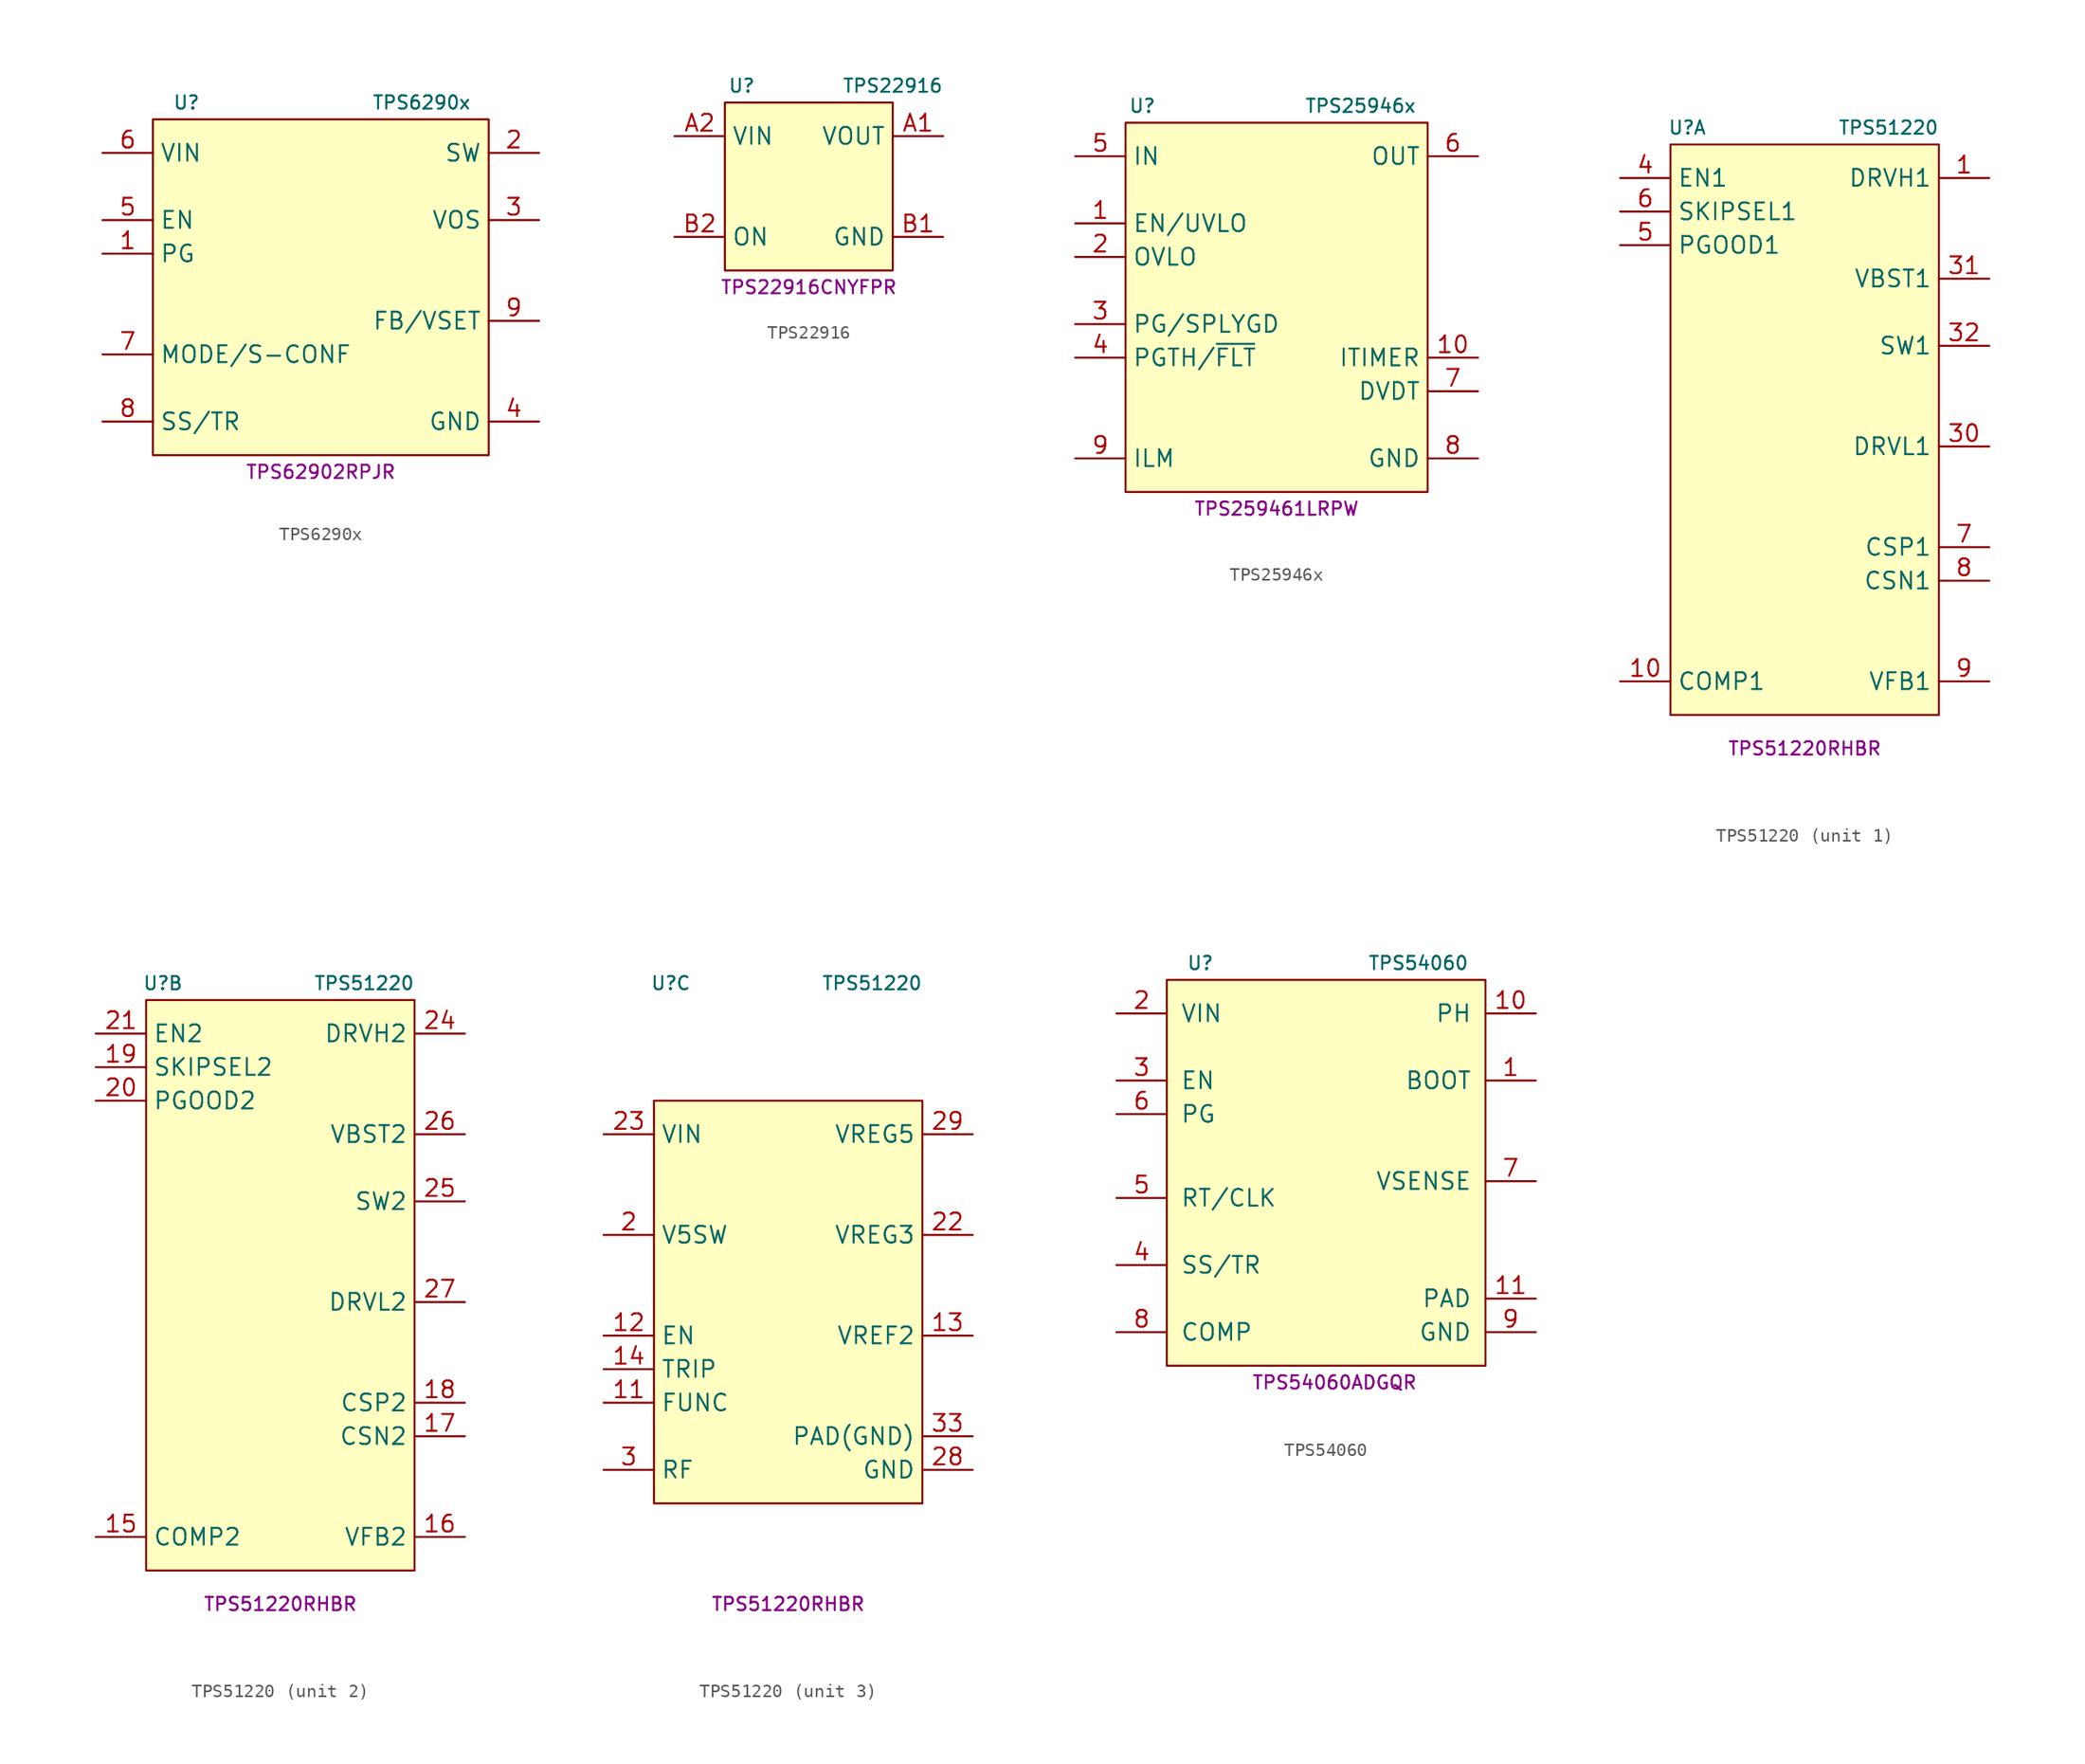
<source format=kicad_sym>
(kicad_symbol_lib
  (version 20231120)
  (generator "kicad_symbol_editor")
  (generator_version "8.0")
  (symbol "TPS6290x"
    (property "Reference" "U"
      (at -10.16 15.24 0)
      (effects (font (size 1 1))))
    (property "Value" "TPS6290x"
      (at 7.62 15.24 0)
      (effects (font (size 1 1))))
    (property "MPN" "TPS62902RPJR"
      (at 0 -12.7 0)
      (effects (font (size 1 1))))
    (symbol "TPS6290x_0_1"
      (rectangle (start -12.7 13.97) (end 12.7 -11.43) (stroke (width 0) (type default)) (fill (type background))))
    (symbol "TPS6290x_1_1"
      (pin open_collector line (at -16.51 3.81 0) (length 3.81) (name "PG" (effects (font (size 1.27 1.27)))) (number "1" (effects (font (size 1.27 1.27)))))
      (pin power_out line (at 16.51 11.43 180) (length 3.81) (name "SW" (effects (font (size 1.27 1.27)))) (number "2" (effects (font (size 1.27 1.27)))))
      (pin passive line (at 16.51 6.35 180) (length 3.81) (name "VOS" (effects (font (size 1.27 1.27)))) (number "3" (effects (font (size 1.27 1.27)))))
      (pin power_in line (at 16.51 -8.89 180) (length 3.81) (name "GND" (effects (font (size 1.27 1.27)))) (number "4" (effects (font (size 1.27 1.27)))))
      (pin input line (at -16.51 6.35 0) (length 3.81) (name "EN" (effects (font (size 1.27 1.27)))) (number "5" (effects (font (size 1.27 1.27)))))
      (pin power_in line (at -16.51 11.43 0) (length 3.81) (name "VIN" (effects (font (size 1.27 1.27)))) (number "6" (effects (font (size 1.27 1.27)))))
      (pin input line (at -16.51 -3.81 0) (length 3.81) (name "MODE/S-CONF" (effects (font (size 1.27 1.27)))) (number "7" (effects (font (size 1.27 1.27)))))
      (pin passive line (at -16.51 -8.89 0) (length 3.81) (name "SS/TR" (effects (font (size 1.27 1.27)))) (number "8" (effects (font (size 1.27 1.27)))))
      (pin passive line (at 16.51 -1.27 180) (length 3.81) (name "FB/VSET" (effects (font (size 1.27 1.27)))) (number "9" (effects (font (size 1.27 1.27)))))))
  (symbol "TPS22916"
    (property "Reference" "U"
      (at -5.08 7.62 0)
      (effects (font (size 1 1))))
    (property "Value" "TPS22916"
      (at 6.35 7.62 0)
      (effects (font (size 1 1))))
    (property "MPN" "TPS22916CNYFPR"
      (at 0 -7.62 0)
      (effects (font (size 1 1))))
    (symbol "TPS22916_0_1"
      (rectangle (start -6.35 6.35) (end 6.35 -6.35) (stroke (width 0.152) (type default)) (fill (type background))))
    (symbol "TPS22916_1_1"
      (pin power_out line (at 10.16 3.81 180) (length 3.81) (name "VOUT" (effects (font (size 1.27 1.27)))) (number "A1" (effects (font (size 1.27 1.27)))))
      (pin power_in line (at -10.16 3.81 0) (length 3.81) (name "VIN" (effects (font (size 1.27 1.27)))) (number "A2" (effects (font (size 1.27 1.27)))))
      (pin power_in line (at 10.16 -3.81 180) (length 3.81) (name "GND" (effects (font (size 1.27 1.27)))) (number "B1" (effects (font (size 1.27 1.27)))))
      (pin input line (at -10.16 -3.81 0) (length 3.81) (name "ON" (effects (font (size 1.27 1.27)))) (number "B2" (effects (font (size 1.27 1.27)))))))
  (symbol "TPS25946x"
    (property "Reference" "U"
      (at -10.16 19.05 0)
      (effects (font (size 1 1))))
    (property "Value" "TPS25946x"
      (at 6.35 19.05 0)
      (effects (font (size 1 1))))
    (property "MPN" "TPS259461LRPW"
      (at 0 -11.43 0)
      (effects (font (size 1 1))))
    (symbol "TPS25946x_0_1"
      (rectangle (start -11.43 17.78) (end 11.43 -10.16) (stroke (width 0) (type default)) (fill (type background))))
    (symbol "TPS25946x_1_1"
      (pin input line (at -15.24 10.16 0) (length 3.81) (name "EN/UVLO" (effects (font (size 1.27 1.27)))) (number "1" (effects (font (size 1.27 1.27)))))
      (pin input line (at 15.24 0 180) (length 3.81) (name "ITIMER" (effects (font (size 1.27 1.27)))) (number "10" (effects (font (size 1.27 1.27)))))
      (pin input line (at -15.24 7.62 0) (length 3.81) (name "OVLO" (effects (font (size 1.27 1.27)))) (number "2" (effects (font (size 1.27 1.27)))))
      (pin output line (at -15.24 2.54 0) (length 3.81) (name "PG/SPLYGD" (effects (font (size 1.27 1.27)))) (number "3" (effects (font (size 1.27 1.27)))))
      (pin output line (at -15.24 0 0) (length 3.81) (name "PGTH/~{FLT}" (effects (font (size 1.27 1.27)))) (number "4" (effects (font (size 1.27 1.27)))))
      (pin power_in line (at -15.24 15.24 0) (length 3.81) (name "IN" (effects (font (size 1.27 1.27)))) (number "5" (effects (font (size 1.27 1.27)))))
      (pin power_out line (at 15.24 15.24 180) (length 3.81) (name "OUT" (effects (font (size 1.27 1.27)))) (number "6" (effects (font (size 1.27 1.27)))))
      (pin input line (at 15.24 -2.54 180) (length 3.81) (name "DVDT" (effects (font (size 1.27 1.27)))) (number "7" (effects (font (size 1.27 1.27)))))
      (pin power_in line (at 15.24 -7.62 180) (length 3.81) (name "GND" (effects (font (size 1.27 1.27)))) (number "8" (effects (font (size 1.27 1.27)))))
      (pin input line (at -15.24 -7.62 0) (length 3.81) (name "ILM" (effects (font (size 1.27 1.27)))) (number "9" (effects (font (size 1.27 1.27)))))))
  (symbol "TPS51220"
    (property "Reference" "U"
      (at -8.89 24.13 0)
      (effects (font (size 1 1))))
    (property "Value" "TPS51220"
      (at 6.35 24.13 0)
      (effects (font (size 1 1))))
    (property "MPN" "TPS51220RHBR"
      (at 0 -22.86 0)
      (effects (font (size 1 1))))
    (property "ki_locked" ""
      (at 0 0 0)
      (effects (font (size 1.27 1.27))))
    (symbol "TPS51220_1_1"
      (rectangle (start -10.16 22.86) (end 10.16 -20.32) (stroke (width 0) (type default)) (fill (type background)))
      (pin output line (at 13.97 20.32 180) (length 3.81) (name "DRVH1" (effects (font (size 1.27 1.27)))) (number "1" (effects (font (size 1.27 1.27)))))
      (pin input line (at -13.97 -17.78 0) (length 3.81) (name "COMP1" (effects (font (size 1.27 1.27)))) (number "10" (effects (font (size 1.27 1.27)))))
      (pin output line (at 13.97 0 180) (length 3.81) (name "DRVL1" (effects (font (size 1.27 1.27)))) (number "30" (effects (font (size 1.27 1.27)))))
      (pin input line (at 13.97 12.7 180) (length 3.81) (name "VBST1" (effects (font (size 1.27 1.27)))) (number "31" (effects (font (size 1.27 1.27)))))
      (pin input line (at 13.97 7.62 180) (length 3.81) (name "SW1" (effects (font (size 1.27 1.27)))) (number "32" (effects (font (size 1.27 1.27)))))
      (pin input line (at -13.97 20.32 0) (length 3.81) (name "EN1" (effects (font (size 1.27 1.27)))) (number "4" (effects (font (size 1.27 1.27)))))
      (pin output line (at -13.97 15.24 0) (length 3.81) (name "PGOOD1" (effects (font (size 1.27 1.27)))) (number "5" (effects (font (size 1.27 1.27)))))
      (pin input line (at -13.97 17.78 0) (length 3.81) (name "SKIPSEL1" (effects (font (size 1.27 1.27)))) (number "6" (effects (font (size 1.27 1.27)))))
      (pin input line (at 13.97 -7.62 180) (length 3.81) (name "CSP1" (effects (font (size 1.27 1.27)))) (number "7" (effects (font (size 1.27 1.27)))))
      (pin input line (at 13.97 -10.16 180) (length 3.81) (name "CSN1" (effects (font (size 1.27 1.27)))) (number "8" (effects (font (size 1.27 1.27)))))
      (pin input line (at 13.97 -17.78 180) (length 3.81) (name "VFB1" (effects (font (size 1.27 1.27)))) (number "9" (effects (font (size 1.27 1.27))))))
    (symbol "TPS51220_2_1"
      (rectangle (start -10.16 22.86) (end 10.16 -20.32) (stroke (width 0.152) (type default)) (fill (type background)))
      (pin passive line (at -13.97 -17.78 0) (length 3.81) (name "COMP2" (effects (font (size 1.27 1.27)))) (number "15" (effects (font (size 1.27 1.27)))))
      (pin input line (at 13.97 -17.78 180) (length 3.81) (name "VFB2" (effects (font (size 1.27 1.27)))) (number "16" (effects (font (size 1.27 1.27)))))
      (pin input line (at 13.97 -10.16 180) (length 3.81) (name "CSN2" (effects (font (size 1.27 1.27)))) (number "17" (effects (font (size 1.27 1.27)))))
      (pin input line (at 13.97 -7.62 180) (length 3.81) (name "CSP2" (effects (font (size 1.27 1.27)))) (number "18" (effects (font (size 1.27 1.27)))))
      (pin input line (at -13.97 17.78 0) (length 3.81) (name "SKIPSEL2" (effects (font (size 1.27 1.27)))) (number "19" (effects (font (size 1.27 1.27)))))
      (pin output line (at -13.97 15.24 0) (length 3.81) (name "PGOOD2" (effects (font (size 1.27 1.27)))) (number "20" (effects (font (size 1.27 1.27)))))
      (pin input line (at -13.97 20.32 0) (length 3.81) (name "EN2" (effects (font (size 1.27 1.27)))) (number "21" (effects (font (size 1.27 1.27)))))
      (pin power_out line (at 13.97 20.32 180) (length 3.81) (name "DRVH2" (effects (font (size 1.27 1.27)))) (number "24" (effects (font (size 1.27 1.27)))))
      (pin input line (at 13.97 7.62 180) (length 3.81) (name "SW2" (effects (font (size 1.27 1.27)))) (number "25" (effects (font (size 1.27 1.27)))))
      (pin output line (at 13.97 12.7 180) (length 3.81) (name "VBST2" (effects (font (size 1.27 1.27)))) (number "26" (effects (font (size 1.27 1.27)))))
      (pin power_out line (at 13.97 0 180) (length 3.81) (name "DRVL2" (effects (font (size 1.27 1.27)))) (number "27" (effects (font (size 1.27 1.27))))))
    (symbol "TPS51220_3_1"
      (rectangle (start -10.16 15.24) (end 10.16 -15.24) (stroke (width 0) (type default)) (fill (type background)))
      (pin passive line (at -13.97 -7.62 0) (length 3.81) (name "FUNC" (effects (font (size 1.27 1.27)))) (number "11" (effects (font (size 1.27 1.27)))))
      (pin input line (at -13.97 -2.54 0) (length 3.81) (name "EN" (effects (font (size 1.27 1.27)))) (number "12" (effects (font (size 1.27 1.27)))))
      (pin power_out line (at 13.97 -2.54 180) (length 3.81) (name "VREF2" (effects (font (size 1.27 1.27)))) (number "13" (effects (font (size 1.27 1.27)))))
      (pin input line (at -13.97 -5.08 0) (length 3.81) (name "TRIP" (effects (font (size 1.27 1.27)))) (number "14" (effects (font (size 1.27 1.27)))))
      (pin power_in line (at -13.97 5.08 0) (length 3.81) (name "V5SW" (effects (font (size 1.27 1.27)))) (number "2" (effects (font (size 1.27 1.27)))))
      (pin power_out line (at 13.97 5.08 180) (length 3.81) (name "VREG3" (effects (font (size 1.27 1.27)))) (number "22" (effects (font (size 1.27 1.27)))))
      (pin power_in line (at -13.97 12.7 0) (length 3.81) (name "VIN" (effects (font (size 1.27 1.27)))) (number "23" (effects (font (size 1.27 1.27)))))
      (pin power_in line (at 13.97 -12.7 180) (length 3.81) (name "GND" (effects (font (size 1.27 1.27)))) (number "28" (effects (font (size 1.27 1.27)))))
      (pin power_out line (at 13.97 12.7 180) (length 3.81) (name "VREG5" (effects (font (size 1.27 1.27)))) (number "29" (effects (font (size 1.27 1.27)))))
      (pin passive line (at -13.97 -12.7 0) (length 3.81) (name "RF" (effects (font (size 1.27 1.27)))) (number "3" (effects (font (size 1.27 1.27)))))
      (pin power_in line (at 13.97 -10.16 180) (length 3.81) (name "PAD(GND)" (effects (font (size 1.27 1.27)))) (number "33" (effects (font (size 1.27 1.27)))))))
  (symbol "TPS54060"
    (pin_names
      (offset 1.016))
    (property "Reference" "U"
      (at -10.16 15.24 0)
      (effects (font (size 1 1))))
    (property "Value" "TPS54060"
      (at 6.35 15.24 0)
      (effects (font (size 1 1))))
    (property "MPN" "TPS54060ADGQR"
      (at 0 -16.51 0)
      (effects (font (size 1 1))))
    (symbol "TPS54060_1_1"
      (rectangle (start -12.7 13.97) (end 11.43 -15.24) (stroke (width 0) (type default)) (fill (type background)))
      (pin output line (at 15.24 6.35 180) (length 3.81) (name "BOOT" (effects (font (size 1.27 1.27)))) (number "1" (effects (font (size 1.27 1.27)))))
      (pin power_out line (at 15.24 11.43 180) (length 3.81) (name "PH" (effects (font (size 1.27 1.27)))) (number "10" (effects (font (size 1.27 1.27)))))
      (pin power_in line (at 15.24 -10.16 180) (length 3.81) (name "PAD" (effects (font (size 1.27 1.27)))) (number "11" (effects (font (size 1.27 1.27)))))
      (pin power_in line (at -16.51 11.43 0) (length 3.81) (name "VIN" (effects (font (size 1.27 1.27)))) (number "2" (effects (font (size 1.27 1.27)))))
      (pin input line (at -16.51 6.35 0) (length 3.81) (name "EN" (effects (font (size 1.27 1.27)))) (number "3" (effects (font (size 1.27 1.27)))))
      (pin input line (at -16.51 -7.62 0) (length 3.81) (name "SS/TR" (effects (font (size 1.27 1.27)))) (number "4" (effects (font (size 1.27 1.27)))))
      (pin input line (at -16.51 -2.54 0) (length 3.81) (name "RT/CLK" (effects (font (size 1.27 1.27)))) (number "5" (effects (font (size 1.27 1.27)))))
      (pin open_collector line (at -16.51 3.81 0) (length 3.81) (name "PG" (effects (font (size 1.27 1.27)))) (number "6" (effects (font (size 1.27 1.27)))))
      (pin input line (at 15.24 -1.27 180) (length 3.81) (name "VSENSE" (effects (font (size 1.27 1.27)))) (number "7" (effects (font (size 1.27 1.27)))))
      (pin output line (at -16.51 -12.7 0) (length 3.81) (name "COMP" (effects (font (size 1.27 1.27)))) (number "8" (effects (font (size 1.27 1.27)))))
      (pin power_in line (at 15.24 -12.7 180) (length 3.81) (name "GND" (effects (font (size 1.27 1.27)))) (number "9" (effects (font (size 1.27 1.27))))))))
</source>
